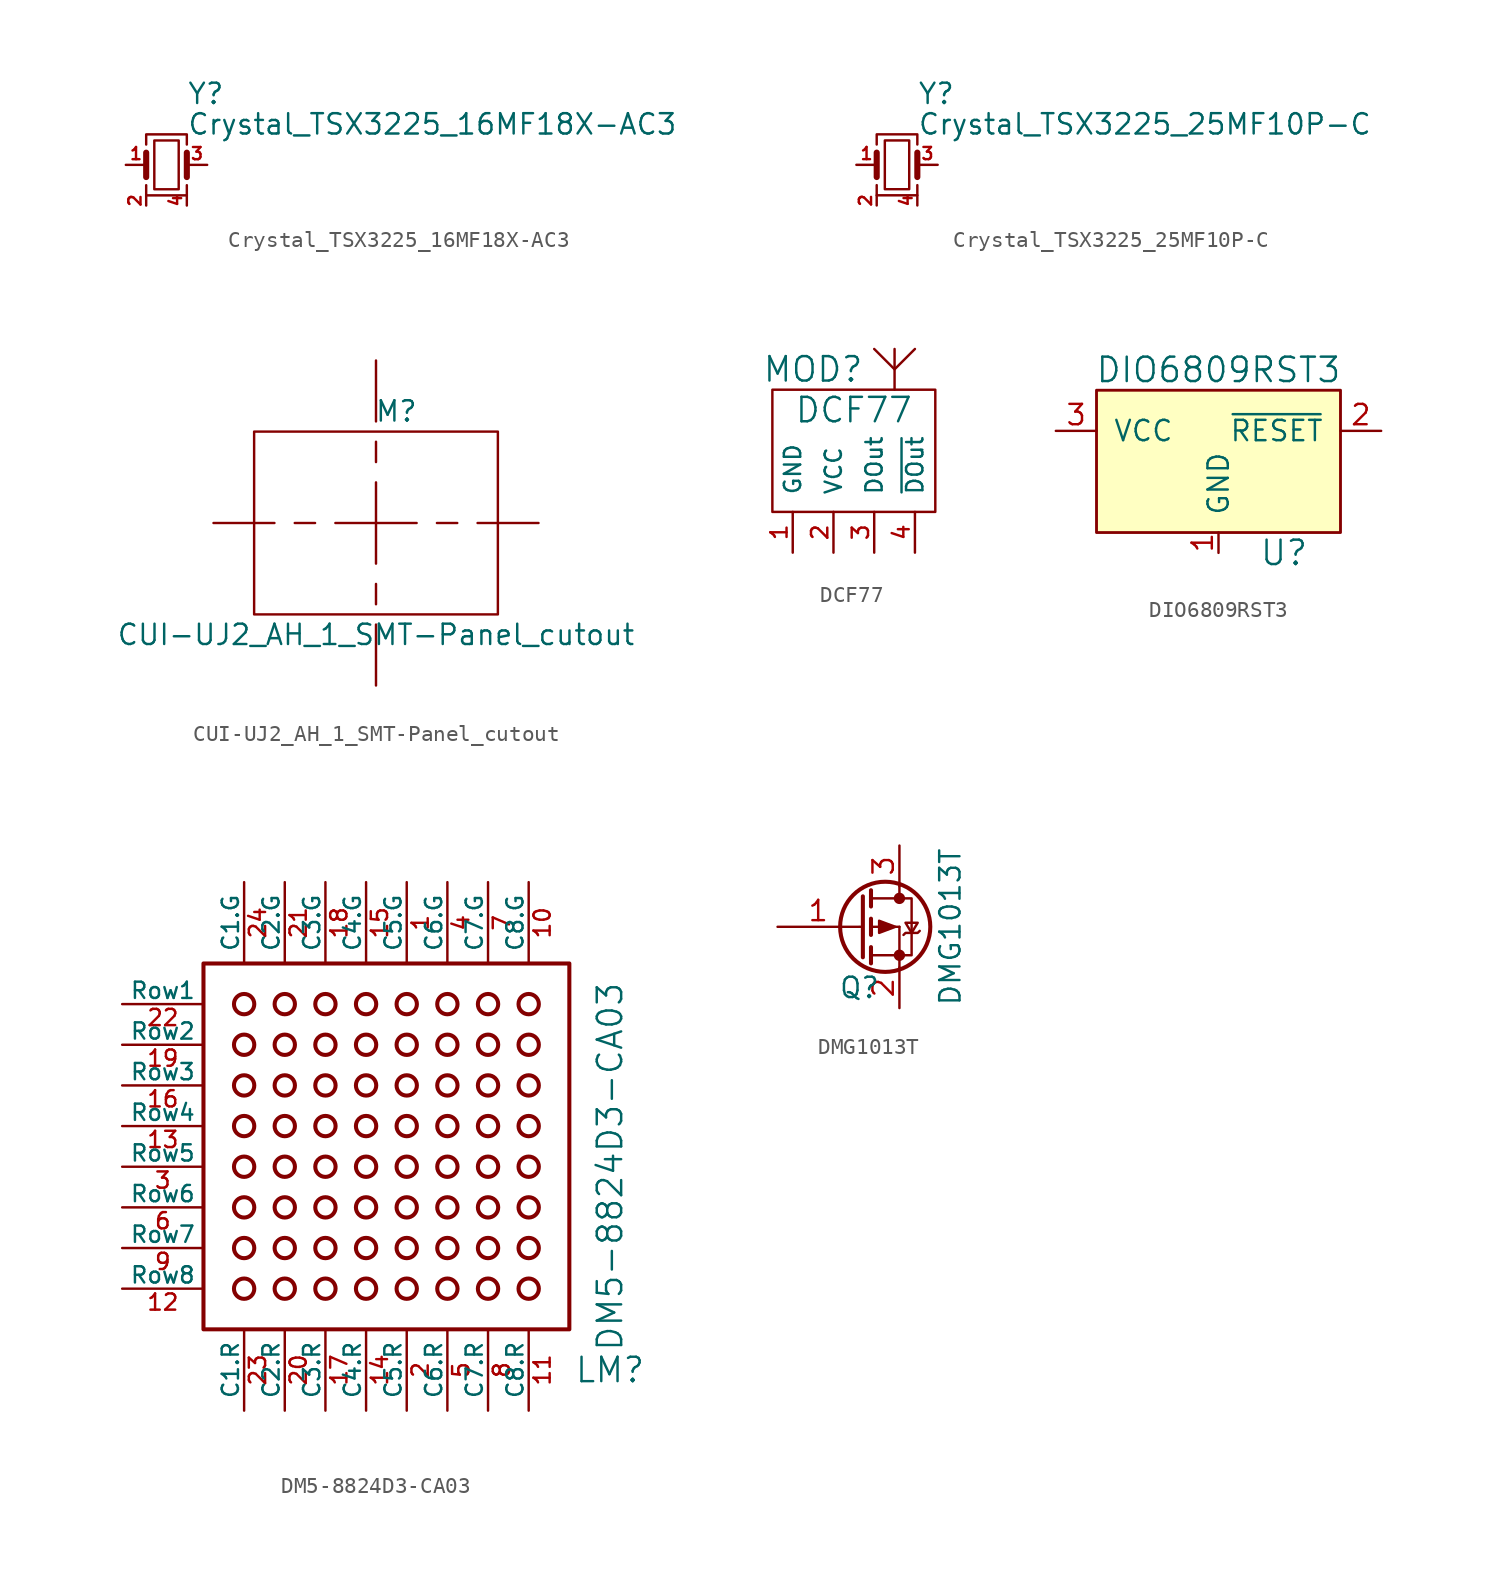
<source format=kicad_sym>
(kicad_symbol_lib
  (version 20211014)
  (generator kicad_symbol_editor)
  (symbol "Crystal_TSX3225_16MF18X-AC3"
    (pin_names
      (offset 1.016) hide)
    (property "Reference" "Y"
      (at 1.27 4.445 0)
      (effects (font (size 1.27 1.27)) (justify left)))
    (property "Value" "Crystal_TSX3225_16MF18X-AC3"
      (at 1.27 2.54 0)
      (effects (font (size 1.27 1.27)) (justify left)))
    (symbol "Crystal_TSX3225_16MF18X-AC3_0_1"
      (rectangle (start -0.762 -1.524) (end 0.762 1.524) (stroke (width 0) (type default) (color 0 0 0 0)) (fill (type none)))
      (polyline (pts (xy -1.27 -0.762) (xy -1.27 0.762)) (stroke (width 0.381) (type default) (color 0 0 0 0)) (fill (type none)))
      (polyline (pts (xy 1.27 -0.762) (xy 1.27 0.762)) (stroke (width 0.381) (type default) (color 0 0 0 0)) (fill (type none)))
      (polyline (pts (xy -1.27 -1.27) (xy -1.27 -1.905) (xy 1.27 -1.905) (xy 1.27 -1.27)) (stroke (width 0) (type default) (color 0 0 0 0)) (fill (type none)))
      (polyline (pts (xy -1.27 1.27) (xy -1.27 1.905) (xy 1.27 1.905) (xy 1.27 1.27)) (stroke (width 0) (type default) (color 0 0 0 0)) (fill (type none))))
    (symbol "Crystal_TSX3225_16MF18X-AC3_1_1"
      (pin passive line (at -2.54 0 0) (length 1.27) (name "1" (effects (font (size 1.27 1.27)))) (number "1" (effects (font (size 0.762 0.762)))))
      (pin passive line (at -1.27 -2.54 90) (length 0.635) (name "2" (effects (font (size 1.27 1.27)))) (number "2" (effects (font (size 0.762 0.762)))))
      (pin passive line (at 2.54 0 180) (length 1.27) (name "3" (effects (font (size 1.27 1.27)))) (number "3" (effects (font (size 0.762 0.762)))))
      (pin passive line (at 1.27 -2.54 90) (length 0.635) (name "4" (effects (font (size 1.27 1.27)))) (number "4" (effects (font (size 0.762 0.762)))))))
  (symbol "Crystal_TSX3225_25MF10P-C"
    (pin_names
      (offset 1.016) hide)
    (property "Reference" "Y"
      (at 1.27 4.445 0)
      (effects (font (size 1.27 1.27)) (justify left)))
    (property "Value" "Crystal_TSX3225_25MF10P-C"
      (at 1.27 2.54 0)
      (effects (font (size 1.27 1.27)) (justify left)))
    (symbol "Crystal_TSX3225_25MF10P-C_0_1"
      (rectangle (start -0.762 -1.524) (end 0.762 1.524) (stroke (width 0) (type default) (color 0 0 0 0)) (fill (type none)))
      (polyline (pts (xy -1.27 -0.762) (xy -1.27 0.762)) (stroke (width 0.381) (type default) (color 0 0 0 0)) (fill (type none)))
      (polyline (pts (xy 1.27 -0.762) (xy 1.27 0.762)) (stroke (width 0.381) (type default) (color 0 0 0 0)) (fill (type none)))
      (polyline (pts (xy -1.27 -1.27) (xy -1.27 -1.905) (xy 1.27 -1.905) (xy 1.27 -1.27)) (stroke (width 0) (type default) (color 0 0 0 0)) (fill (type none)))
      (polyline (pts (xy -1.27 1.27) (xy -1.27 1.905) (xy 1.27 1.905) (xy 1.27 1.27)) (stroke (width 0) (type default) (color 0 0 0 0)) (fill (type none))))
    (symbol "Crystal_TSX3225_25MF10P-C_1_1"
      (pin passive line (at -2.54 0 0) (length 1.27) (name "1" (effects (font (size 1.27 1.27)))) (number "1" (effects (font (size 0.762 0.762)))))
      (pin passive line (at -1.27 -2.54 90) (length 0.635) (name "2" (effects (font (size 1.27 1.27)))) (number "2" (effects (font (size 0.762 0.762)))))
      (pin passive line (at 2.54 0 180) (length 1.27) (name "3" (effects (font (size 1.27 1.27)))) (number "3" (effects (font (size 0.762 0.762)))))
      (pin passive line (at 1.27 -2.54 90) (length 0.635) (name "4" (effects (font (size 1.27 1.27)))) (number "4" (effects (font (size 0.762 0.762)))))))
  (symbol "CUI-UJ2_AH_1_SMT-Panel_cutout"
    (pin_names
      (offset 1.016))
    (property "Reference" "M"
      (at 1.27 6.985 0)
      (effects (font (size 1.27 1.27))))
    (property "Value" "CUI-UJ2_AH_1_SMT-Panel_cutout"
      (at 0 -6.985 0)
      (effects (font (size 1.27 1.27))))
    (symbol "CUI-UJ2_AH_1_SMT-Panel_cutout_0_0"
      (polyline (pts (xy -6.35 0) (xy -10.16 0)) (stroke (width 0) (type default) (color 0 0 0 0)) (fill (type none)))
      (polyline (pts (xy -3.81 0) (xy -5.08 0)) (stroke (width 0) (type default) (color 0 0 0 0)) (fill (type none)))
      (polyline (pts (xy -2.54 0) (xy 2.54 0)) (stroke (width 0) (type default) (color 0 0 0 0)) (fill (type none)))
      (polyline (pts (xy 0 -6.35) (xy 0 -10.16)) (stroke (width 0) (type default) (color 0 0 0 0)) (fill (type none)))
      (polyline (pts (xy 0 -3.81) (xy 0 -5.08)) (stroke (width 0) (type default) (color 0 0 0 0)) (fill (type none)))
      (polyline (pts (xy 0 2.54) (xy 0 -2.54)) (stroke (width 0) (type default) (color 0 0 0 0)) (fill (type none)))
      (polyline (pts (xy 0 3.81) (xy 0 5.08)) (stroke (width 0) (type default) (color 0 0 0 0)) (fill (type none)))
      (polyline (pts (xy 0 6.35) (xy 0 10.16)) (stroke (width 0) (type default) (color 0 0 0 0)) (fill (type none)))
      (polyline (pts (xy 3.81 0) (xy 5.08 0)) (stroke (width 0) (type default) (color 0 0 0 0)) (fill (type none)))
      (polyline (pts (xy 6.35 0) (xy 10.16 0)) (stroke (width 0) (type default) (color 0 0 0 0)) (fill (type none))))
    (symbol "CUI-UJ2_AH_1_SMT-Panel_cutout_0_1"
      (rectangle (start -7.62 5.715) (end 7.62 -5.715) (stroke (width 0) (type default) (color 0 0 0 0)) (fill (type none)))))
  (symbol "DCF77"
    (pin_names
      (offset 1.016))
    (property "Reference" "MOD"
      (at -1.27 6.35 0)
      (effects (font (size 1.524 1.524))))
    (property "Value" "DCF77"
      (at 1.27 3.81 0)
      (effects (font (size 1.524 1.524))))
    (symbol "DCF77_0_0"
      (rectangle (start -3.81 -2.54) (end 6.35 5.08) (stroke (width 0) (type default) (color 0 0 0 0)) (fill (type none)))
      (polyline (pts (xy 3.81 7.62) (xy 3.81 5.08)) (stroke (width 0) (type default) (color 0 0 0 0)) (fill (type none)))
      (polyline (pts (xy 2.54 7.62) (xy 3.81 6.35) (xy 5.08 7.62)) (stroke (width 0) (type default) (color 0 0 0 0)) (fill (type none))))
    (symbol "DCF77_1_1"
      (pin power_in line (at -2.54 -5.08 90) (length 2.54) (name "GND" (effects (font (size 1.016 1.016)))) (number "1" (effects (font (size 1.016 1.016)))))
      (pin power_in line (at 0 -5.08 90) (length 2.54) (name "VCC" (effects (font (size 1.016 1.016)))) (number "2" (effects (font (size 1.016 1.016)))))
      (pin open_collector line (at 2.54 -5.08 90) (length 2.54) (name "DOut" (effects (font (size 1.016 1.016)))) (number "3" (effects (font (size 1.016 1.016)))))
      (pin open_collector line (at 5.08 -5.08 90) (length 2.54) (name "~{DOut}" (effects (font (size 1.016 1.016)))) (number "4" (effects (font (size 1.016 1.016)))))))
  (symbol "DIO6809RST3"
    (pin_names
      (offset 1.016))
    (property "Reference" "U"
      (at 2.54 -5.08 0)
      (effects (font (size 1.524 1.524)) (justify left)))
    (property "Value" "DIO6809RST3"
      (at 0 6.35 0)
      (effects (font (size 1.524 1.524))))
    (symbol "DIO6809RST3_0_1"
      (rectangle (start -7.62 5.08) (end 7.62 -3.81) (stroke (width 0.178) (type default) (color 0 0 0 0)) (fill (type background))))
    (symbol "DIO6809RST3_1_1"
      (pin power_in line (at 0 -5.08 90) (length 1.27) (name "GND" (effects (font (size 1.27 1.27)))) (number "1" (effects (font (size 1.27 1.27)))))
      (pin output line (at 10.16 2.54 180) (length 2.54) (name "~{RESET}" (effects (font (size 1.27 1.27)))) (number "2" (effects (font (size 1.27 1.27)))))
      (pin power_in line (at -10.16 2.54 0) (length 2.54) (name "VCC" (effects (font (size 1.27 1.27)))) (number "3" (effects (font (size 1.27 1.27)))))))
  (symbol "DM5-8824D3-CA03"
    (pin_names
      (offset 0))
    (property "Reference" "LM"
      (at 15.24 -12.7 0)
      (effects (font (size 1.524 1.524))))
    (property "Value" "DM5-8824D3-CA03"
      (at 15.24 0 90)
      (effects (font (size 1.524 1.524))))
    (symbol "DM5-8824D3-CA03_0_0"
      (rectangle (start -10.16 12.7) (end 12.7 -10.16) (stroke (width 0.254) (type default) (color 0 0 0 0)) (fill (type none)))
      (circle (center -7.62 -7.62) (radius 0.635) (stroke (width 0.254) (type default) (color 0 0 0 0)) (fill (type none)))
      (circle (center -7.62 -5.08) (radius 0.635) (stroke (width 0.254) (type default) (color 0 0 0 0)) (fill (type none)))
      (circle (center -7.62 -2.54) (radius 0.635) (stroke (width 0.254) (type default) (color 0 0 0 0)) (fill (type none)))
      (circle (center -7.62 0) (radius 0.635) (stroke (width 0.254) (type default) (color 0 0 0 0)) (fill (type none)))
      (circle (center -7.62 2.54) (radius 0.635) (stroke (width 0.254) (type default) (color 0 0 0 0)) (fill (type none)))
      (circle (center -7.62 5.08) (radius 0.635) (stroke (width 0.254) (type default) (color 0 0 0 0)) (fill (type none)))
      (circle (center -7.62 7.62) (radius 0.635) (stroke (width 0.254) (type default) (color 0 0 0 0)) (fill (type none)))
      (circle (center -7.62 10.16) (radius 0.635) (stroke (width 0.254) (type default) (color 0 0 0 0)) (fill (type none)))
      (circle (center -5.08 -7.62) (radius 0.635) (stroke (width 0.254) (type default) (color 0 0 0 0)) (fill (type none)))
      (circle (center -5.08 -5.08) (radius 0.635) (stroke (width 0.254) (type default) (color 0 0 0 0)) (fill (type none)))
      (circle (center -5.08 -2.54) (radius 0.635) (stroke (width 0.254) (type default) (color 0 0 0 0)) (fill (type none)))
      (circle (center -5.08 0) (radius 0.635) (stroke (width 0.254) (type default) (color 0 0 0 0)) (fill (type none)))
      (circle (center -5.08 2.54) (radius 0.635) (stroke (width 0.254) (type default) (color 0 0 0 0)) (fill (type none)))
      (circle (center -5.08 5.08) (radius 0.635) (stroke (width 0.254) (type default) (color 0 0 0 0)) (fill (type none)))
      (circle (center -5.08 7.62) (radius 0.635) (stroke (width 0.254) (type default) (color 0 0 0 0)) (fill (type none)))
      (circle (center -5.08 10.16) (radius 0.635) (stroke (width 0.254) (type default) (color 0 0 0 0)) (fill (type none)))
      (circle (center -2.54 -7.62) (radius 0.635) (stroke (width 0.254) (type default) (color 0 0 0 0)) (fill (type none)))
      (circle (center -2.54 -5.08) (radius 0.635) (stroke (width 0.254) (type default) (color 0 0 0 0)) (fill (type none)))
      (circle (center -2.54 -2.54) (radius 0.635) (stroke (width 0.254) (type default) (color 0 0 0 0)) (fill (type none)))
      (circle (center -2.54 0) (radius 0.635) (stroke (width 0.254) (type default) (color 0 0 0 0)) (fill (type none)))
      (circle (center -2.54 2.54) (radius 0.635) (stroke (width 0.254) (type default) (color 0 0 0 0)) (fill (type none)))
      (circle (center -2.54 5.08) (radius 0.635) (stroke (width 0.254) (type default) (color 0 0 0 0)) (fill (type none)))
      (circle (center -2.54 7.62) (radius 0.635) (stroke (width 0.254) (type default) (color 0 0 0 0)) (fill (type none)))
      (circle (center -2.54 10.16) (radius 0.635) (stroke (width 0.254) (type default) (color 0 0 0 0)) (fill (type none)))
      (circle (center 0 -7.62) (radius 0.635) (stroke (width 0.254) (type default) (color 0 0 0 0)) (fill (type none)))
      (circle (center 0 -5.08) (radius 0.635) (stroke (width 0.254) (type default) (color 0 0 0 0)) (fill (type none)))
      (circle (center 0 -2.54) (radius 0.635) (stroke (width 0.254) (type default) (color 0 0 0 0)) (fill (type none)))
      (circle (center 0 0) (radius 0.635) (stroke (width 0.254) (type default) (color 0 0 0 0)) (fill (type none)))
      (circle (center 0 2.54) (radius 0.635) (stroke (width 0.254) (type default) (color 0 0 0 0)) (fill (type none)))
      (circle (center 0 5.08) (radius 0.635) (stroke (width 0.254) (type default) (color 0 0 0 0)) (fill (type none)))
      (circle (center 0 7.62) (radius 0.635) (stroke (width 0.254) (type default) (color 0 0 0 0)) (fill (type none)))
      (circle (center 0 10.16) (radius 0.635) (stroke (width 0.254) (type default) (color 0 0 0 0)) (fill (type none)))
      (circle (center 2.54 -7.62) (radius 0.635) (stroke (width 0.254) (type default) (color 0 0 0 0)) (fill (type none)))
      (circle (center 2.54 -5.08) (radius 0.635) (stroke (width 0.254) (type default) (color 0 0 0 0)) (fill (type none)))
      (circle (center 2.54 -2.54) (radius 0.635) (stroke (width 0.254) (type default) (color 0 0 0 0)) (fill (type none)))
      (circle (center 2.54 0) (radius 0.635) (stroke (width 0.254) (type default) (color 0 0 0 0)) (fill (type none)))
      (circle (center 2.54 2.54) (radius 0.635) (stroke (width 0.254) (type default) (color 0 0 0 0)) (fill (type none)))
      (circle (center 2.54 5.08) (radius 0.635) (stroke (width 0.254) (type default) (color 0 0 0 0)) (fill (type none)))
      (circle (center 2.54 7.62) (radius 0.635) (stroke (width 0.254) (type default) (color 0 0 0 0)) (fill (type none)))
      (circle (center 2.54 10.16) (radius 0.635) (stroke (width 0.254) (type default) (color 0 0 0 0)) (fill (type none)))
      (circle (center 5.08 -7.62) (radius 0.635) (stroke (width 0.254) (type default) (color 0 0 0 0)) (fill (type none)))
      (circle (center 5.08 -5.08) (radius 0.635) (stroke (width 0.254) (type default) (color 0 0 0 0)) (fill (type none)))
      (circle (center 5.08 -2.54) (radius 0.635) (stroke (width 0.254) (type default) (color 0 0 0 0)) (fill (type none)))
      (circle (center 5.08 0) (radius 0.635) (stroke (width 0.254) (type default) (color 0 0 0 0)) (fill (type none)))
      (circle (center 5.08 2.54) (radius 0.635) (stroke (width 0.254) (type default) (color 0 0 0 0)) (fill (type none)))
      (circle (center 5.08 5.08) (radius 0.635) (stroke (width 0.254) (type default) (color 0 0 0 0)) (fill (type none)))
      (circle (center 5.08 7.62) (radius 0.635) (stroke (width 0.254) (type default) (color 0 0 0 0)) (fill (type none)))
      (circle (center 5.08 10.16) (radius 0.635) (stroke (width 0.254) (type default) (color 0 0 0 0)) (fill (type none)))
      (circle (center 7.62 -7.62) (radius 0.635) (stroke (width 0.254) (type default) (color 0 0 0 0)) (fill (type none)))
      (circle (center 7.62 -5.08) (radius 0.635) (stroke (width 0.254) (type default) (color 0 0 0 0)) (fill (type none)))
      (circle (center 7.62 -2.54) (radius 0.635) (stroke (width 0.254) (type default) (color 0 0 0 0)) (fill (type none)))
      (circle (center 7.62 0) (radius 0.635) (stroke (width 0.254) (type default) (color 0 0 0 0)) (fill (type none)))
      (circle (center 7.62 2.54) (radius 0.635) (stroke (width 0.254) (type default) (color 0 0 0 0)) (fill (type none)))
      (circle (center 7.62 5.08) (radius 0.635) (stroke (width 0.254) (type default) (color 0 0 0 0)) (fill (type none)))
      (circle (center 7.62 7.62) (radius 0.635) (stroke (width 0.254) (type default) (color 0 0 0 0)) (fill (type none)))
      (circle (center 7.62 10.16) (radius 0.635) (stroke (width 0.254) (type default) (color 0 0 0 0)) (fill (type none)))
      (circle (center 10.16 -7.62) (radius 0.635) (stroke (width 0.254) (type default) (color 0 0 0 0)) (fill (type none)))
      (circle (center 10.16 -5.08) (radius 0.635) (stroke (width 0.254) (type default) (color 0 0 0 0)) (fill (type none)))
      (circle (center 10.16 -2.54) (radius 0.635) (stroke (width 0.254) (type default) (color 0 0 0 0)) (fill (type none)))
      (circle (center 10.16 0) (radius 0.635) (stroke (width 0.254) (type default) (color 0 0 0 0)) (fill (type none)))
      (circle (center 10.16 2.54) (radius 0.635) (stroke (width 0.254) (type default) (color 0 0 0 0)) (fill (type none)))
      (circle (center 10.16 5.08) (radius 0.635) (stroke (width 0.254) (type default) (color 0 0 0 0)) (fill (type none)))
      (circle (center 10.16 7.62) (radius 0.635) (stroke (width 0.254) (type default) (color 0 0 0 0)) (fill (type none)))
      (circle (center 10.16 10.16) (radius 0.635) (stroke (width 0.254) (type default) (color 0 0 0 0)) (fill (type none))))
    (symbol "DM5-8824D3-CA03_0_1"
      (pin input line (at 2.54 17.78 270) (length 5.08) (name "C5.G" (effects (font (size 1.016 1.016)))) (number "1" (effects (font (size 1.016 1.016)))))
      (pin input line (at 10.16 17.78 270) (length 5.08) (name "C8.G" (effects (font (size 1.016 1.016)))) (number "10" (effects (font (size 1.016 1.016)))))
      (pin input line (at 10.16 -15.24 90) (length 5.08) (name "C8.R" (effects (font (size 1.016 1.016)))) (number "11" (effects (font (size 1.016 1.016)))))
      (pin input line (at -15.24 -7.62 0) (length 5.08) (name "Row8" (effects (font (size 1.016 1.016)))) (number "12" (effects (font (size 1.016 1.016)))))
      (pin input line (at -15.24 2.54 0) (length 5.08) (name "Row4" (effects (font (size 1.016 1.016)))) (number "13" (effects (font (size 1.016 1.016)))))
      (pin input line (at 0 -15.24 90) (length 5.08) (name "C4.R" (effects (font (size 1.016 1.016)))) (number "14" (effects (font (size 1.016 1.016)))))
      (pin input line (at 0 17.78 270) (length 5.08) (name "C4.G" (effects (font (size 1.016 1.016)))) (number "15" (effects (font (size 1.016 1.016)))))
      (pin input line (at -15.24 5.08 0) (length 5.08) (name "Row3" (effects (font (size 1.016 1.016)))) (number "16" (effects (font (size 1.016 1.016)))))
      (pin input line (at -2.54 -15.24 90) (length 5.08) (name "C3.R" (effects (font (size 1.016 1.016)))) (number "17" (effects (font (size 1.016 1.016)))))
      (pin input line (at -2.54 17.78 270) (length 5.08) (name "C3.G" (effects (font (size 1.016 1.016)))) (number "18" (effects (font (size 1.016 1.016)))))
      (pin input line (at -15.24 7.62 0) (length 5.08) (name "Row2" (effects (font (size 1.016 1.016)))) (number "19" (effects (font (size 1.016 1.016)))))
      (pin input line (at 2.54 -15.24 90) (length 5.08) (name "C5.R" (effects (font (size 1.016 1.016)))) (number "2" (effects (font (size 1.016 1.016)))))
      (pin input line (at -5.08 -15.24 90) (length 5.08) (name "C2.R" (effects (font (size 1.016 1.016)))) (number "20" (effects (font (size 1.016 1.016)))))
      (pin input line (at -5.08 17.78 270) (length 5.08) (name "C2.G" (effects (font (size 1.016 1.016)))) (number "21" (effects (font (size 1.016 1.016)))))
      (pin input line (at -15.24 10.16 0) (length 5.08) (name "Row1" (effects (font (size 1.016 1.016)))) (number "22" (effects (font (size 1.016 1.016)))))
      (pin input line (at -7.62 -15.24 90) (length 5.08) (name "C1.R" (effects (font (size 1.016 1.016)))) (number "23" (effects (font (size 1.016 1.016)))))
      (pin input line (at -7.62 17.78 270) (length 5.08) (name "C1.G" (effects (font (size 1.016 1.016)))) (number "24" (effects (font (size 1.016 1.016)))))
      (pin input line (at -15.24 0 0) (length 5.08) (name "Row5" (effects (font (size 1.016 1.016)))) (number "3" (effects (font (size 1.016 1.016)))))
      (pin input line (at 5.08 17.78 270) (length 5.08) (name "C6.G" (effects (font (size 1.016 1.016)))) (number "4" (effects (font (size 1.016 1.016)))))
      (pin input line (at 5.08 -15.24 90) (length 5.08) (name "C6.R" (effects (font (size 1.016 1.016)))) (number "5" (effects (font (size 1.016 1.016)))))
      (pin input line (at -15.24 -2.54 0) (length 5.08) (name "Row6" (effects (font (size 1.016 1.016)))) (number "6" (effects (font (size 1.016 1.016)))))
      (pin input line (at 7.62 17.78 270) (length 5.08) (name "C7.G" (effects (font (size 1.016 1.016)))) (number "7" (effects (font (size 1.016 1.016)))))
      (pin input line (at 7.62 -15.24 90) (length 5.08) (name "C7.R" (effects (font (size 1.016 1.016)))) (number "8" (effects (font (size 1.016 1.016)))))
      (pin input line (at -15.24 -5.08 0) (length 5.08) (name "Row7" (effects (font (size 1.016 1.016)))) (number "9" (effects (font (size 1.016 1.016)))))))
  (symbol "DMG1013T"
    (pin_names
      (offset 0) hide)
    (property "Reference" "Q"
      (at -1.27 -3.81 0)
      (effects (font (size 1.27 1.27)) (justify left)))
    (property "Value" "DMG1013T"
      (at 5.715 0 90)
      (effects (font (size 1.27 1.27))))
    (symbol "DMG1013T_0_1"
      (polyline (pts (xy 0.051 0) (xy 0.254 0)) (stroke (width 0) (type default) (color 0 0 0 0)) (fill (type none)))
      (polyline (pts (xy 0.762 -1.778) (xy 2.54 -1.778)) (stroke (width 0) (type default) (color 0 0 0 0)) (fill (type none)))
      (polyline (pts (xy 0.762 -1.27) (xy 0.762 -2.286)) (stroke (width 0.254) (type default) (color 0 0 0 0)) (fill (type none)))
      (polyline (pts (xy 0.762 0) (xy 2.54 0)) (stroke (width 0) (type default) (color 0 0 0 0)) (fill (type none)))
      (polyline (pts (xy 0.762 0.508) (xy 0.762 -0.508)) (stroke (width 0.254) (type default) (color 0 0 0 0)) (fill (type none)))
      (polyline (pts (xy 0.762 1.778) (xy 2.54 1.778)) (stroke (width 0) (type default) (color 0 0 0 0)) (fill (type none)))
      (polyline (pts (xy 0.762 2.286) (xy 0.762 1.27)) (stroke (width 0.254) (type default) (color 0 0 0 0)) (fill (type none)))
      (polyline (pts (xy 2.54 -1.778) (xy 2.54 -2.54)) (stroke (width 0) (type default) (color 0 0 0 0)) (fill (type none)))
      (polyline (pts (xy 2.54 -1.778) (xy 2.54 0)) (stroke (width 0) (type default) (color 0 0 0 0)) (fill (type none)))
      (polyline (pts (xy 2.54 2.54) (xy 2.54 1.778)) (stroke (width 0) (type default) (color 0 0 0 0)) (fill (type none)))
      (polyline (pts (xy 0.254 1.905) (xy 0.254 -1.905) (xy 0.254 -1.905)) (stroke (width 0.254) (type default) (color 0 0 0 0)) (fill (type none)))
      (polyline (pts (xy 2.286 0) (xy 1.27 -0.381) (xy 1.27 0.381) (xy 2.286 0)) (stroke (width 0) (type default) (color 0 0 0 0)) (fill (type outline)))
      (polyline (pts (xy 2.54 -1.778) (xy 3.302 -1.778) (xy 3.302 1.778) (xy 2.54 1.778)) (stroke (width 0) (type default) (color 0 0 0 0)) (fill (type none)))
      (polyline (pts (xy 2.794 -0.508) (xy 2.921 -0.381) (xy 3.683 -0.381) (xy 3.81 -0.254)) (stroke (width 0) (type default) (color 0 0 0 0)) (fill (type none)))
      (polyline (pts (xy 3.302 -0.381) (xy 2.921 0.254) (xy 3.683 0.254) (xy 3.302 -0.381)) (stroke (width 0) (type default) (color 0 0 0 0)) (fill (type none)))
      (circle (center 1.651 0) (radius 2.819) (stroke (width 0.254) (type default) (color 0 0 0 0)) (fill (type none)))
      (circle (center 2.54 -1.778) (radius 0.279) (stroke (width 0) (type default) (color 0 0 0 0)) (fill (type outline)))
      (circle (center 2.54 1.778) (radius 0.279) (stroke (width 0) (type default) (color 0 0 0 0)) (fill (type outline))))
    (symbol "DMG1013T_1_1"
      (pin input line (at -5.08 0 0) (length 5.08) (name "G" (effects (font (size 1.27 1.27)))) (number "1" (effects (font (size 1.27 1.27)))))
      (pin passive line (at 2.54 -5.08 90) (length 2.54) (name "S" (effects (font (size 1.27 1.27)))) (number "2" (effects (font (size 1.27 1.27)))))
      (pin passive line (at 2.54 5.08 270) (length 2.54) (name "D" (effects (font (size 1.27 1.27)))) (number "3" (effects (font (size 1.27 1.27))))))))
</source>
